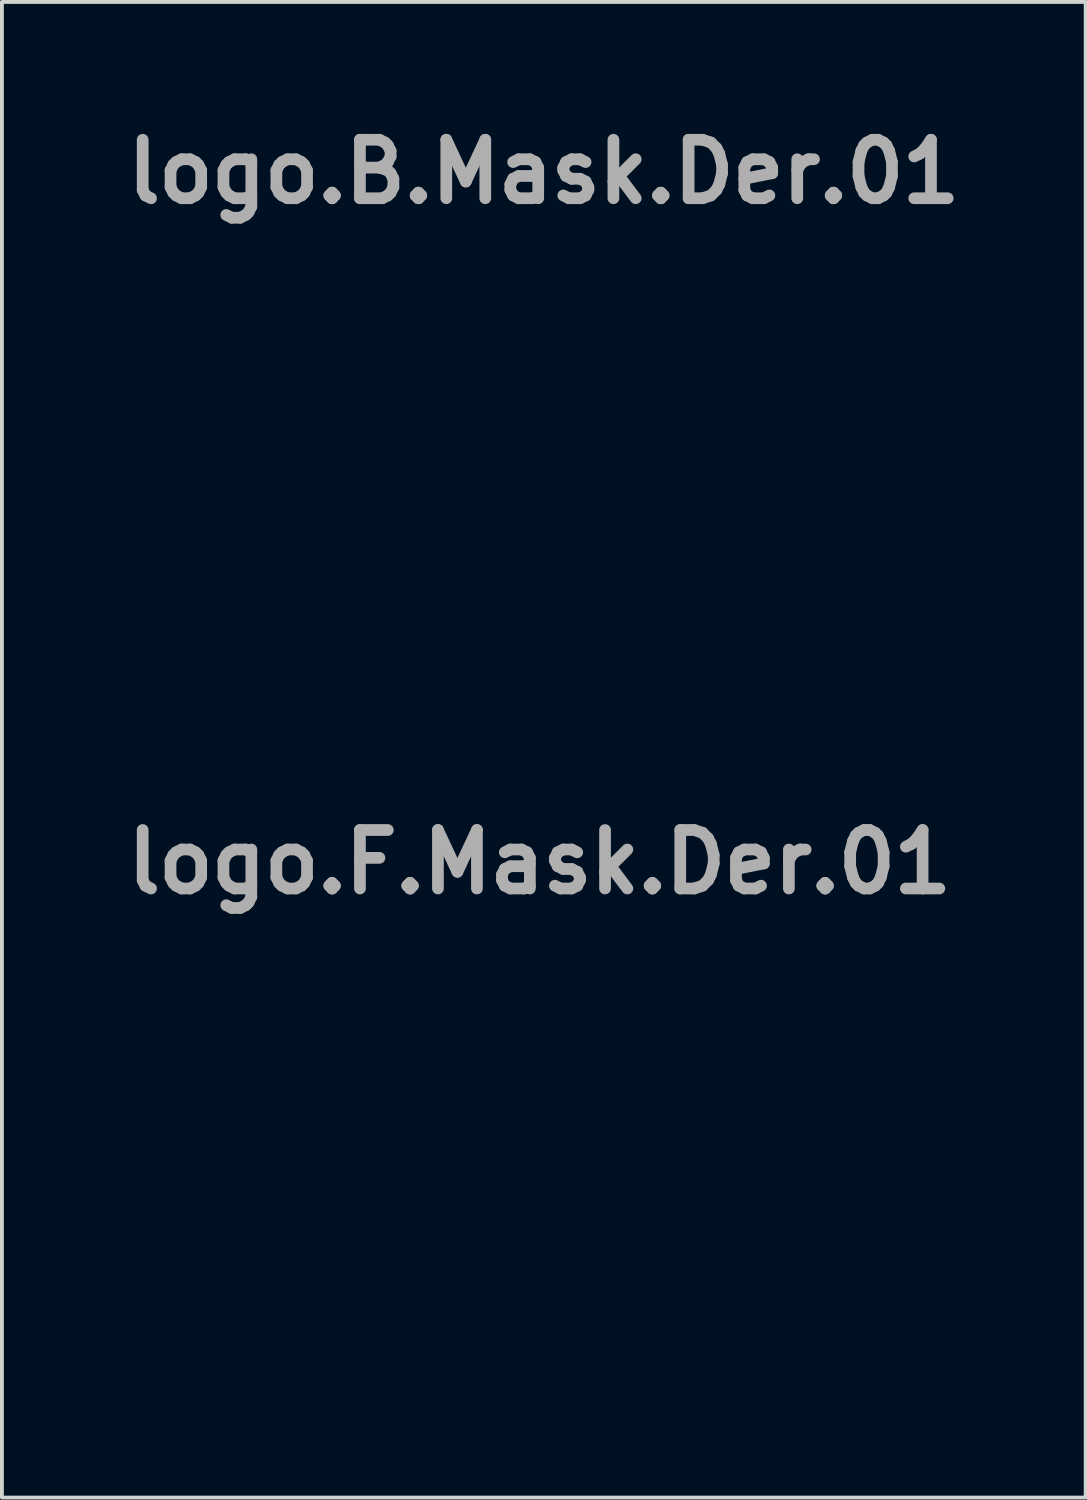
<source format=kicad_pcb>
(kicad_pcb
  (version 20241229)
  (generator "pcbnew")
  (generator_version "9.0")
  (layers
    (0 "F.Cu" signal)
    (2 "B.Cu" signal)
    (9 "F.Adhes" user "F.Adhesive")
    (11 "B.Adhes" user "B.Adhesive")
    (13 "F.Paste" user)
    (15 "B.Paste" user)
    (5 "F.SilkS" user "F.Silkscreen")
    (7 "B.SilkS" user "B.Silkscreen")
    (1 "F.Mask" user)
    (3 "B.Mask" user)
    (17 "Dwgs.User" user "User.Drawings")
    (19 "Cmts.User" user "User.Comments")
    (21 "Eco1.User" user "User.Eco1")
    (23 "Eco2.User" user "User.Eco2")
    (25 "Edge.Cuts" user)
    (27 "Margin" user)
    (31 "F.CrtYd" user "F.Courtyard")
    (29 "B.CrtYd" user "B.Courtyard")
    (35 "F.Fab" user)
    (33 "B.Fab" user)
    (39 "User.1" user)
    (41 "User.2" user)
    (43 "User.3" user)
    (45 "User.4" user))
  (footprint "logo.F.Mask.Der.01"
    (layer "F.Cu")
    (at 11.009 27.68)
    (property "Reference" "logo.F.Mask.Der.01" (at 0 -8.27 0) (layer "F.Fab") (effects (font (size 1.524 1.524) (thickness 0.305))))
    (attr smd)
    (fp_poly (pts (xy -0.55 5.043) (xy -2.292 1.01) (xy -2.177 1.01) (xy -2.063 1.01) (xy -1.948 1.01) (xy -1.834 1.01) (xy -1.719 1.01) (xy -1.604 1.01) (xy -1.49 1.01) (xy -1.375 1.01) (xy -1.26 1.01) (xy -1.146 1.01) (xy -1.031 1.01) (xy -0.916 1.01) (xy -0.802 1.01) (xy -0.687 1.01) (xy -0.572 1.01) (xy -0.458 1.01) (xy -0.458 1.125) (xy -0.458 1.239) (xy -0.458 1.354) (xy -0.458 1.469) (xy -0.458 1.583) (xy -0.458 1.698) (xy -0.458 1.813) (xy -0.458 1.927) (xy -0.458 2.042) (xy -0.458 2.156) (xy -0.458 2.271) (xy -0.458 2.386) (xy -0.458 2.5) (xy -0.458 2.615) (xy -0.458 2.73) (xy -0.458 2.844) (xy -0.325 2.844) (xy -0.193 2.844) (xy -0.061 2.844) (xy 0.071 2.844) (xy 0.204 2.844) (xy 0.336 2.844) (xy 0.468 2.844) (xy 0.601 2.844) (xy 0.733 2.844) (xy 0.865 2.844) (xy 0.998 2.844) (xy 1.13 2.844) (xy 1.262 2.844) (xy 1.394 2.844) (xy 1.527 2.844) (xy 1.659 2.844) (xy 1.659 2.73) (xy 1.659 2.615) (xy 1.659 2.5) (xy 1.659 2.386) (xy 1.659 2.271) (xy 1.659 2.156) (xy 1.659 2.042) (xy 1.659 1.927) (xy 1.659 1.813) (xy 1.659 1.698) (xy 1.659 1.583) (xy 1.659 1.469) (xy 1.659 1.354) (xy 1.659 1.239) (xy 1.659 1.125) (xy 1.659 1.01) (xy 1.765 1.01) (xy 1.871 1.01) (xy 1.976 1.01) (xy 2.082 1.01) (xy 2.188 1.01) (xy 2.294 1.01) (xy 2.4 1.01) (xy 2.506 1.01) (xy 2.611 1.01) (xy 2.717 1.01) (xy 2.823 1.01) (xy 2.929 1.01) (xy 3.035 1.01) (xy 3.141 1.01) (xy 3.246 1.01) (xy 3.352 1.01) (xy 3.352 0.878) (xy 3.352 0.745) (xy 3.352 0.613) (xy 3.352 0.481) (xy 3.352 0.349) (xy 3.352 0.216) (xy 3.352 0.084) (xy 3.352 -0.048) (xy 3.352 -0.181) (xy 3.352 -0.313) (xy 3.352 -0.445) (xy 3.352 -0.578) (xy 3.352 -0.71) (xy 3.352 -0.842) (xy 3.352 -0.974) (xy 3.352 -1.107) (xy 3.246 -1.107) (xy 3.141 -1.107) (xy 3.035 -1.107) (xy 2.929 -1.107) (xy 2.823 -1.107) (xy 2.717 -1.107) (xy 2.611 -1.107) (xy 2.506 -1.107) (xy 2.4 -1.107) (xy 2.294 -1.107) (xy 2.188 -1.107) (xy 2.082 -1.107) (xy 1.976 -1.107) (xy 1.871 -1.107) (xy 1.765 -1.107) (xy 1.659 -1.107) (xy 1.659 -1.213) (xy 1.659 -1.318) (xy 1.659 -1.424) (xy 1.659 -1.53) (xy 1.659 -1.636) (xy 1.659 -1.742) (xy 1.659 -1.848) (xy 1.659 -1.953) (xy 1.659 -2.059) (xy 1.659 -2.165) (xy 1.659 -2.271) (xy 1.659 -2.377) (xy 1.659 -2.483) (xy 1.659 -2.588) (xy 1.659 -2.694) (xy 1.659 -2.8) (xy 1.527 -2.8) (xy 1.394 -2.8) (xy 1.262 -2.8) (xy 1.13 -2.8) (xy 0.998 -2.8) (xy 0.865 -2.8) (xy 0.733 -2.8) (xy 0.601 -2.8) (xy 0.468 -2.8) (xy 0.336 -2.8) (xy 0.204 -2.8) (xy 0.071 -2.8) (xy -0.061 -2.8) (xy -0.193 -2.8) (xy -0.325 -2.8) (xy -0.458 -2.8) (xy -0.458 -2.694) (xy -0.458 -2.588) (xy -0.458 -2.483) (xy -0.458 -2.377) (xy -0.458 -2.271) (xy -0.458 -2.165) (xy -0.458 -2.059) (xy -0.458 -1.953) (xy -0.458 -1.848) (xy -0.458 -1.742) (xy -0.458 -1.636) (xy -0.458 -1.53) (xy -0.458 -1.424) (xy -0.458 -1.318) (xy -0.458 -1.213) (xy -0.458 -1.107) (xy -0.572 -1.107) (xy -0.687 -1.107) (xy -0.802 -1.107) (xy -0.916 -1.107) (xy -1.031 -1.107) (xy -1.146 -1.107) (xy -1.26 -1.107) (xy -1.375 -1.107) (xy -1.49 -1.107) (xy -1.604 -1.107) (xy -1.719 -1.107) (xy -1.834 -1.107) (xy -1.948 -1.107) (xy -2.063 -1.107) (xy -2.177 -1.107) (xy -2.292 -1.107) (xy -2.292 -0.974) (xy -2.292 -0.842) (xy -2.292 -0.71) (xy -2.292 -0.578) (xy -2.292 -0.445) (xy -2.292 -0.313) (xy -2.292 -0.181) (xy -2.292 -0.048) (xy -2.292 0.084) (xy -2.292 0.216) (xy -2.292 0.349) (xy -2.292 0.481) (xy -2.292 0.613) (xy -2.292 0.745) (xy -2.292 0.878) (xy -2.292 1.01) (xy -0.55 5.043) (xy -0.984 4.922) (xy -1.408 4.771) (xy -1.823 4.589) (xy -2.231 4.376) (xy -2.633 4.129) (xy -3.032 3.849) (xy -3.43 3.534) (xy -3.828 3.183) (xy -4.199 2.813) (xy -4.598 2.371) (xy -5.001 1.888) (xy -5.384 1.396) (xy -5.724 0.927) (xy -5.997 0.512) (xy -6.178 0.184) (xy -6.243 -0.026) (xy -6.184 -0.219) (xy -6.019 -0.523) (xy -5.769 -0.91) (xy -5.455 -1.352) (xy -5.099 -1.82) (xy -4.721 -2.287) (xy -4.341 -2.723) (xy -3.98 -3.101) (xy -3.357 -3.663) (xy -2.71 -4.139) (xy -2.041 -4.528) (xy -1.351 -4.832) (xy -0.639 -5.049) (xy 0.092 -5.179) (xy 0.843 -5.221) (xy 1.612 -5.177) (xy 2.275 -5.054) (xy 2.922 -4.842) (xy 3.541 -4.549) (xy 4.123 -4.183) (xy 4.656 -3.75) (xy 5.132 -3.258) (xy 5.538 -2.715) (xy 5.866 -2.128) (xy 5.976 -1.882) (xy 6.064 -1.659) (xy 6.13 -1.446) (xy 6.178 -1.226) (xy 6.211 -0.984) (xy 6.231 -0.706) (xy 6.241 -0.375) (xy 6.243 0.022) (xy 6.24 0.427) (xy 6.23 0.758) (xy 6.209 1.032) (xy 6.175 1.265) (xy 6.125 1.474) (xy 6.056 1.674) (xy 5.964 1.883) (xy 5.846 2.116) (xy 5.528 2.66) (xy 5.171 3.15) (xy 4.773 3.589) (xy 4.335 3.976) (xy 3.854 4.313) (xy 3.329 4.6) (xy 2.761 4.837) (xy 2.148 5.027) (xy 1.793 5.111) (xy 1.455 5.171) (xy 1.129 5.208) (xy 0.808 5.221) (xy 0.486 5.211) (xy 0.156 5.179) (xy -0.187 5.122) (xy -0.55 5.043) (xy -0.55 5.043) (xy -0.55 5.043) (xy -0.55 5.043) (xy -0.55 5.043) (xy -0.55 5.043)) (stroke (width 0.133) (type solid)) (fill yes) (layer "F.Mask")))
  (footprint "logo.B.Mask.Der.01"
    (layer "F.Cu")
    (at 11.118 9.696)
    (property "Reference" "logo.B.Mask.Der.01" (at 0 -8.27 0) (layer "F.Fab") (effects (font (size 1.524 1.524) (thickness 0.305))))
    (attr smd)
    (fp_poly (pts (xy -0.55 5.043) (xy -0.769 4.986) (xy -0.984 4.922) (xy -1.197 4.85) (xy -1.408 4.771) (xy -1.616 4.684) (xy -1.823 4.589) (xy -2.027 4.486) (xy -2.231 4.376) (xy -2.432 4.257) (xy -2.633 4.129) (xy -2.833 3.994) (xy -3.032 3.849) (xy -3.231 3.696) (xy -3.43 3.534) (xy -3.629 3.363) (xy -3.828 3.183) (xy -4.009 3.009) (xy -4.199 2.813) (xy -4.396 2.599) (xy -4.598 2.371) (xy -4.8 2.133) (xy -5.001 1.888) (xy -5.197 1.641) (xy -5.384 1.396) (xy -5.561 1.157) (xy -5.724 0.927) (xy -5.87 0.711) (xy -5.997 0.512) (xy -6.1 0.335) (xy -6.178 0.184) (xy -6.243 -0.026) (xy -6.184 -0.219) (xy -6.113 -0.359) (xy -6.019 -0.523) (xy -5.903 -0.708) (xy -5.769 -0.91) (xy -5.619 -1.126) (xy -5.455 -1.352) (xy -5.281 -1.584) (xy -5.099 -1.82) (xy -4.911 -2.055) (xy -4.721 -2.287) (xy -4.529 -2.51) (xy -4.341 -2.723) (xy -4.157 -2.921) (xy -3.98 -3.101) (xy -3.672 -3.393) (xy -3.357 -3.663) (xy -3.036 -3.911) (xy -2.71 -4.138) (xy -2.378 -4.344) (xy -2.041 -4.528) (xy -1.698 -4.691) (xy -1.351 -4.832) (xy -0.997 -4.951) (xy -0.639 -5.049) (xy -0.276 -5.125) (xy 0.092 -5.179) (xy 0.465 -5.211) (xy 0.843 -5.221) (xy 1.225 -5.21) (xy 1.612 -5.177) (xy 1.945 -5.127) (xy 2.275 -5.054) (xy 2.601 -4.958) (xy 2.922 -4.842) (xy 3.235 -4.705) (xy 3.541 -4.549) (xy 3.837 -4.375) (xy 4.123 -4.183) (xy 4.396 -3.974) (xy 4.656 -3.75) (xy 4.902 -3.511) (xy 5.132 -3.258) (xy 5.344 -2.992) (xy 5.538 -2.715) (xy 5.713 -2.426) (xy 5.866 -2.128) (xy 5.976 -1.881) (xy 6.064 -1.659) (xy 6.13 -1.446) (xy 6.178 -1.225) (xy 6.211 -0.984) (xy 6.231 -0.705) (xy 6.241 -0.375) (xy 6.243 0.022) (xy 6.24 0.427) (xy 6.23 0.758) (xy 6.209 1.032) (xy 6.175 1.265) (xy 6.125 1.474) (xy 6.056 1.674) (xy 5.964 1.883) (xy 5.846 2.116) (xy 5.692 2.395) (xy 5.528 2.66) (xy 5.354 2.912) (xy 5.171 3.15) (xy 4.977 3.376) (xy 4.773 3.589) (xy 4.559 3.789) (xy 4.335 3.976) (xy 4.099 4.151) (xy 3.854 4.313) (xy 3.597 4.462) (xy 3.329 4.6) (xy 3.051 4.725) (xy 2.761 4.837) (xy 2.46 4.938) (xy 2.148 5.027) (xy 1.968 5.072) (xy 1.793 5.111) (xy 1.622 5.144) (xy 1.455 5.171) (xy 1.291 5.192) (xy 1.129 5.208) (xy 0.968 5.217) (xy 0.808 5.221) (xy 0.648 5.219) (xy 0.486 5.212) (xy 0.322 5.198) (xy 0.156 5.179) (xy -0.013 5.153) (xy -0.187 5.122) (xy -0.365 5.086) (xy -0.55 5.043) (xy -0.55 5.043) (xy -0.55 5.043) (xy -0.55 5.043) (xy -0.55 5.043) (xy -0.55 5.043) (xy -0.55 5.043)) (stroke (width 0.133) (type solid)) (fill yes) (layer "F.Mask")))
  (gr_rect
    (start -3 -3)
    (end 25.236 35.968)
    (stroke (width 0.1) (type default))
    (fill no)
    (layer "Edge.Cuts")))
</source>
